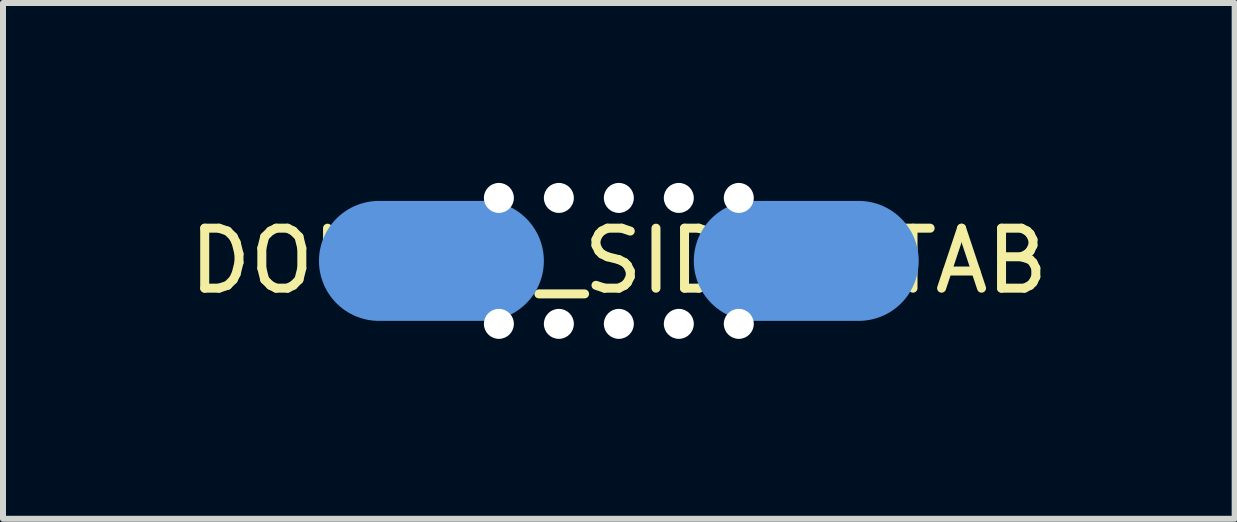
<source format=kicad_pcb>
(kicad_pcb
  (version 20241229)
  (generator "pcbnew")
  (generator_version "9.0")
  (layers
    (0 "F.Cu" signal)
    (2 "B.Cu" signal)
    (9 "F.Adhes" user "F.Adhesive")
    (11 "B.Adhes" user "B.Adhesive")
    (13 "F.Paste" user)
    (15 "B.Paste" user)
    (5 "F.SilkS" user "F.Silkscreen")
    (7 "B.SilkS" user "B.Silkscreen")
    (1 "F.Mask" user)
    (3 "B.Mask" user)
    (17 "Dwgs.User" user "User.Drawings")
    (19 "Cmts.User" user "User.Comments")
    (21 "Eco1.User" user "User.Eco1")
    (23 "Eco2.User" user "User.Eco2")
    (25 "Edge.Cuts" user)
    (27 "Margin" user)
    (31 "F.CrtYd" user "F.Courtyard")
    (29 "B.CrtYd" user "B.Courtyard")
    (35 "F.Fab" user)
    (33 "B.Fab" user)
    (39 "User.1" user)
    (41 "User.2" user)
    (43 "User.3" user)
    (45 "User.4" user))
  (footprint "DOUBLE_SIDED_TAB"
    (layer "F.Cu")
    (at 7.268 1.3)
    (property "Reference" "DOUBLE_SIDED_TAB" (at 0 0 0) (layer "F.SilkS") (effects (font (size 1 1) (thickness 0.15))))
    (attr through_hole)
    (fp_line (start -2.25 0) (end -4 0) (stroke (width 2) (type solid)) (layer "Cmts.User"))
    (fp_line (start 2.25 0) (end 4 0) (stroke (width 2) (type solid)) (layer "Cmts.User"))
    (pad "" np_thru_hole circle (at -2 -1.05) (size 0.5 0.5) (drill 0.5) (layers "*.Cu" "*.Mask"))
    (pad "" np_thru_hole circle (at -2 1.05) (size 0.5 0.5) (drill 0.5) (layers "*.Cu" "*.Mask"))
    (pad "" np_thru_hole circle (at -1 -1.05) (size 0.5 0.5) (drill 0.5) (layers "*.Cu" "*.Mask"))
    (pad "" np_thru_hole circle (at -1 1.05) (size 0.5 0.5) (drill 0.5) (layers "*.Cu" "*.Mask"))
    (pad "" np_thru_hole circle (at 0 -1.05) (size 0.5 0.5) (drill 0.5) (layers "*.Cu" "*.Mask"))
    (pad "" np_thru_hole circle (at 0 1.05) (size 0.5 0.5) (drill 0.5) (layers "*.Cu" "*.Mask"))
    (pad "" np_thru_hole circle (at 1 -1.05) (size 0.5 0.5) (drill 0.5) (layers "*.Cu" "*.Mask"))
    (pad "" np_thru_hole circle (at 1 1.05) (size 0.5 0.5) (drill 0.5) (layers "*.Cu" "*.Mask"))
    (pad "" np_thru_hole circle (at 2 -1.05) (size 0.5 0.5) (drill 0.5) (layers "*.Cu" "*.Mask"))
    (pad "" np_thru_hole circle (at 2 1.05) (size 0.5 0.5) (drill 0.5) (layers "*.Cu" "*.Mask")))
  (gr_rect
    (start -3 -3)
    (end 17.536 5.6)
    (stroke (width 0.1) (type default))
    (fill no)
    (layer "Edge.Cuts")))
</source>
